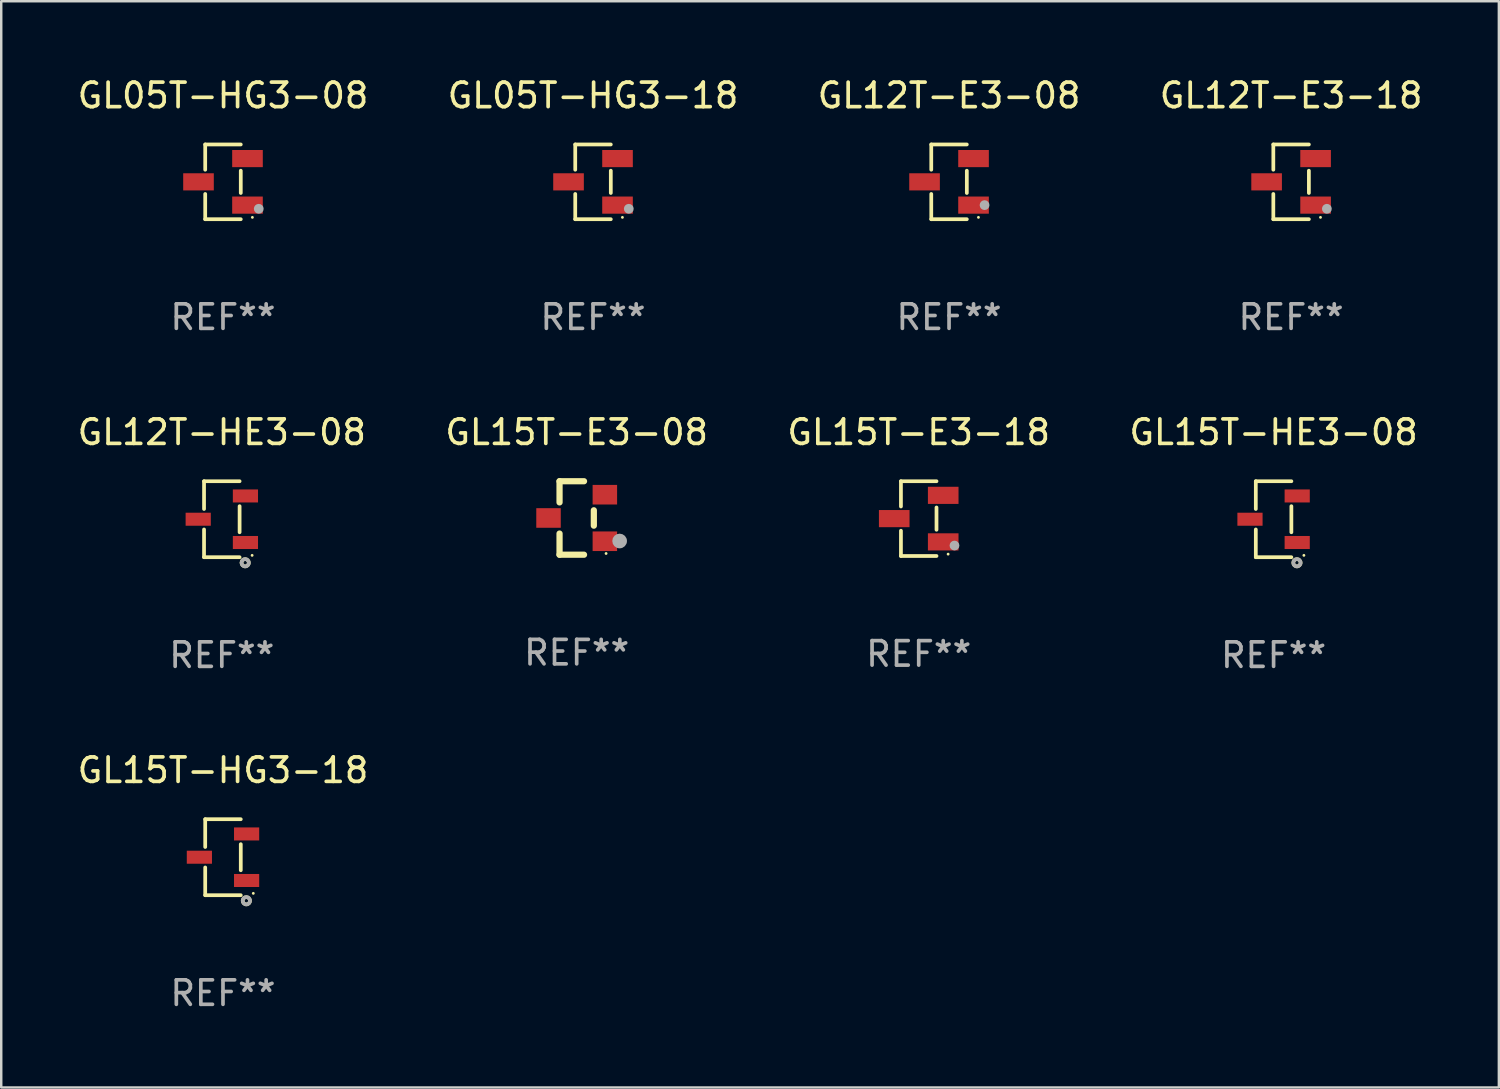
<source format=kicad_pcb>
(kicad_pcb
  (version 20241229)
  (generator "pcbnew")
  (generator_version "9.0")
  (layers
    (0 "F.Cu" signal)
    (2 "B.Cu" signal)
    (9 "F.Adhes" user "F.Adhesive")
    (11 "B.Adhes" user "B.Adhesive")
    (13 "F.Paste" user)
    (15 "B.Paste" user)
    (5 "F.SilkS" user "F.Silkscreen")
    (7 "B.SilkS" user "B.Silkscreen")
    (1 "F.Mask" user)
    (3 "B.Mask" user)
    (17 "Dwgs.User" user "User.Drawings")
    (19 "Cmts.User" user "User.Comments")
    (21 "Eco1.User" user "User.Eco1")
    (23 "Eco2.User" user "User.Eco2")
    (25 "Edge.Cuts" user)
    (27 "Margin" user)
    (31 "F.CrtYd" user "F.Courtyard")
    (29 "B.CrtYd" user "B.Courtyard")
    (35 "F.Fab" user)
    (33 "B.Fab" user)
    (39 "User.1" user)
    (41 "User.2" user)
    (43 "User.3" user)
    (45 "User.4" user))
  (footprint "GL15T-HG3-18"
    (layer "F.Cu")
    (at 6.054 31.947)
    (property "Reference" "GL15T-HG3-18" (at 0 -3.551 0) (layer "F.SilkS") (effects (font (size 1 1) (thickness 0.15))))
    (attr through_hole)
    (fp_line (start -0.726 -1.551) (end -0.726 -0.418) (stroke (width 0.152) (type solid)) (layer "F.SilkS"))
    (fp_line (start -0.726 1.551) (end -0.726 0.418) (stroke (width 0.152) (type solid)) (layer "F.SilkS"))
    (fp_line (start 0.726 -1.551) (end -0.726 -1.551) (stroke (width 0.152) (type solid)) (layer "F.SilkS"))
    (fp_line (start 0.726 0.532) (end 0.726 -0.532) (stroke (width 0.152) (type solid)) (layer "F.SilkS"))
    (fp_line (start 0.726 1.551) (end -0.726 1.551) (stroke (width 0.152) (type solid)) (layer "F.SilkS"))
    (fp_circle (center 0.953 1.777) (end 1.027 1.777) (stroke (width 0.15) (type solid)) (fill no) (layer "F.SilkS"))
    (fp_circle (center 1.237 1.475) (end 1.267 1.475) (stroke (width 0.06) (type solid)) (fill no) (layer "F.SilkS"))
    (fp_circle (center 0.953 1.777) (end 1.027 1.777) (stroke (width 0.15) (type solid)) (fill no) (layer "F.Fab"))
    (fp_text user "REF**" (at 0 5.551 0) (layer "F.Fab") (effects (font (size 1 1) (thickness 0.15))))
    (pad "1" smd rect (at 0.964 0.95 90) (size 0.532 1.028) (layers "F.Cu" "F.Mask" "F.Paste"))
    (pad "2" smd rect (at 0.964 -0.95 90) (size 0.532 1.028) (layers "F.Cu" "F.Mask" "F.Paste"))
    (pad "3" smd rect (at -0.964 -0.000025 90) (size 0.532 1.028) (layers "F.Cu" "F.Mask" "F.Paste")))
  (footprint "GL12T-E3-18"
    (layer "F.Cu")
    (at 49.661 4.374)
    (property "Reference" "GL12T-E3-18" (at 0 -3.526 0) (layer "F.SilkS") (effects (font (size 1 1) (thickness 0.15))))
    (attr through_hole)
    (fp_line (start -0.726 -1.526) (end -0.726 -0.495) (stroke (width 0.152) (type solid)) (layer "F.SilkS"))
    (fp_line (start -0.726 1.526) (end -0.726 0.495) (stroke (width 0.152) (type solid)) (layer "F.SilkS"))
    (fp_line (start 0.726 -1.526) (end -0.726 -1.526) (stroke (width 0.152) (type solid)) (layer "F.SilkS"))
    (fp_line (start 0.726 -0.455) (end 0.726 0.455) (stroke (width 0.152) (type solid)) (layer "F.SilkS"))
    (fp_line (start 0.726 1.526) (end -0.726 1.526) (stroke (width 0.152) (type solid)) (layer "F.SilkS"))
    (fp_circle (center 1.2 1.45) (end 1.23 1.45) (stroke (width 0.06) (type solid)) (fill no) (layer "F.SilkS"))
    (fp_circle (center 1.46 1.1) (end 1.56 1.1) (stroke (width 0.2) (type solid)) (fill no) (layer "F.Fab"))
    (fp_text user "REF**" (at 0 5.526 0) (layer "F.Fab") (effects (font (size 1 1) (thickness 0.15))))
    (pad "1" smd rect (at 1 0.95) (size 1.25 0.7) (layers "F.Cu" "F.Mask" "F.Paste"))
    (pad "2" smd rect (at 1 -0.95) (size 1.25 0.7) (layers "F.Cu" "F.Mask" "F.Paste"))
    (pad "3" smd rect (at -1 0) (size 1.25 0.7) (layers "F.Cu" "F.Mask" "F.Paste")))
  (footprint "GL15T-E3-18"
    (layer "F.Cu")
    (at 34.458 18.123)
    (property "Reference" "GL15T-E3-18" (at 0 -3.526 0) (layer "F.SilkS") (effects (font (size 1 1) (thickness 0.15))))
    (attr through_hole)
    (fp_line (start -0.726 -1.526) (end -0.726 -0.495) (stroke (width 0.152) (type solid)) (layer "F.SilkS"))
    (fp_line (start -0.726 1.526) (end -0.726 0.495) (stroke (width 0.152) (type solid)) (layer "F.SilkS"))
    (fp_line (start 0.726 -1.526) (end -0.726 -1.526) (stroke (width 0.152) (type solid)) (layer "F.SilkS"))
    (fp_line (start 0.726 -0.455) (end 0.726 0.455) (stroke (width 0.152) (type solid)) (layer "F.SilkS"))
    (fp_line (start 0.726 1.526) (end -0.726 1.526) (stroke (width 0.152) (type solid)) (layer "F.SilkS"))
    (fp_circle (center 1.2 1.45) (end 1.23 1.45) (stroke (width 0.06) (type solid)) (fill no) (layer "F.SilkS"))
    (fp_circle (center 1.46 1.1) (end 1.56 1.1) (stroke (width 0.2) (type solid)) (fill no) (layer "F.Fab"))
    (fp_text user "REF**" (at 0 5.526 0) (layer "F.Fab") (effects (font (size 1 1) (thickness 0.15))))
    (pad "1" smd rect (at 1 0.95) (size 1.25 0.7) (layers "F.Cu" "F.Mask" "F.Paste"))
    (pad "2" smd rect (at 1 -0.95) (size 1.25 0.7) (layers "F.Cu" "F.Mask" "F.Paste"))
    (pad "3" smd rect (at -1 0) (size 1.25 0.7) (layers "F.Cu" "F.Mask" "F.Paste")))
  (footprint "GL05T-HG3-18"
    (layer "F.Cu")
    (at 21.161 4.374)
    (property "Reference" "GL05T-HG3-18" (at 0 -3.526 0) (layer "F.SilkS") (effects (font (size 1 1) (thickness 0.15))))
    (attr through_hole)
    (fp_line (start -0.726 -1.526) (end -0.726 -0.495) (stroke (width 0.152) (type solid)) (layer "F.SilkS"))
    (fp_line (start -0.726 1.526) (end -0.726 0.495) (stroke (width 0.152) (type solid)) (layer "F.SilkS"))
    (fp_line (start 0.726 -1.526) (end -0.726 -1.526) (stroke (width 0.152) (type solid)) (layer "F.SilkS"))
    (fp_line (start 0.726 -0.455) (end 0.726 0.455) (stroke (width 0.152) (type solid)) (layer "F.SilkS"))
    (fp_line (start 0.726 1.526) (end -0.726 1.526) (stroke (width 0.152) (type solid)) (layer "F.SilkS"))
    (fp_circle (center 1.2 1.45) (end 1.23 1.45) (stroke (width 0.06) (type solid)) (fill no) (layer "F.SilkS"))
    (fp_circle (center 1.46 1.1) (end 1.56 1.1) (stroke (width 0.2) (type solid)) (fill no) (layer "F.Fab"))
    (fp_text user "REF**" (at 0 5.526 0) (layer "F.Fab") (effects (font (size 1 1) (thickness 0.15))))
    (pad "1" smd rect (at 1 0.95) (size 1.25 0.7) (layers "F.Cu" "F.Mask" "F.Paste"))
    (pad "2" smd rect (at 1 -0.95) (size 1.25 0.7) (layers "F.Cu" "F.Mask" "F.Paste"))
    (pad "3" smd rect (at -1 0) (size 1.25 0.7) (layers "F.Cu" "F.Mask" "F.Paste")))
  (footprint "GL05T-HG3-08"
    (layer "F.Cu")
    (at 6.054 4.374)
    (property "Reference" "GL05T-HG3-08" (at 0 -3.526 0) (layer "F.SilkS") (effects (font (size 1 1) (thickness 0.15))))
    (attr through_hole)
    (fp_line (start -0.726 -1.526) (end -0.726 -0.495) (stroke (width 0.152) (type solid)) (layer "F.SilkS"))
    (fp_line (start -0.726 1.526) (end -0.726 0.495) (stroke (width 0.152) (type solid)) (layer "F.SilkS"))
    (fp_line (start 0.726 -1.526) (end -0.726 -1.526) (stroke (width 0.152) (type solid)) (layer "F.SilkS"))
    (fp_line (start 0.726 -0.455) (end 0.726 0.455) (stroke (width 0.152) (type solid)) (layer "F.SilkS"))
    (fp_line (start 0.726 1.526) (end -0.726 1.526) (stroke (width 0.152) (type solid)) (layer "F.SilkS"))
    (fp_circle (center 1.2 1.45) (end 1.23 1.45) (stroke (width 0.06) (type solid)) (fill no) (layer "F.SilkS"))
    (fp_circle (center 1.46 1.1) (end 1.56 1.1) (stroke (width 0.2) (type solid)) (fill no) (layer "F.Fab"))
    (fp_text user "REF**" (at 0 5.526 0) (layer "F.Fab") (effects (font (size 1 1) (thickness 0.15))))
    (pad "1" smd rect (at 1 0.95) (size 1.25 0.7) (layers "F.Cu" "F.Mask" "F.Paste"))
    (pad "2" smd rect (at 1 -0.95) (size 1.25 0.7) (layers "F.Cu" "F.Mask" "F.Paste"))
    (pad "3" smd rect (at -1 0) (size 1.25 0.7) (layers "F.Cu" "F.Mask" "F.Paste")))
  (footprint "GL15T-E3-08"
    (layer "F.Cu")
    (at 20.494 18.097)
    (property "Reference" "GL15T-E3-08" (at 0 -3.5 0) (layer "F.SilkS") (effects (font (size 1 1) (thickness 0.15))))
    (attr through_hole)
    (fp_line (start -0.7 -1.5) (end 0.3 -1.5) (stroke (width 0.254) (type solid)) (layer "F.SilkS"))
    (fp_line (start -0.7 -0.636) (end -0.7 -1.5) (stroke (width 0.254) (type solid)) (layer "F.SilkS"))
    (fp_line (start -0.7 1.5) (end -0.7 0.636) (stroke (width 0.254) (type solid)) (layer "F.SilkS"))
    (fp_line (start -0.7 1.5) (end 0.3 1.5) (stroke (width 0.254) (type solid)) (layer "F.SilkS"))
    (fp_line (start 0.7 0.314) (end 0.7 -0.314) (stroke (width 0.254) (type solid)) (layer "F.SilkS"))
    (fp_circle (center 1.2 1.45) (end 1.23 1.45) (stroke (width 0.06) (type solid)) (fill no) (layer "F.SilkS"))
    (fp_circle (center 1.753 0.94) (end 1.903 0.94) (stroke (width 0.3) (type solid)) (fill no) (layer "F.Fab"))
    (fp_text user "REF**" (at 0 5.5 0) (layer "F.Fab") (effects (font (size 1 1) (thickness 0.15))))
    (pad "1" smd rect (at 1.15 0.95 180) (size 1 0.8) (layers "F.Cu" "F.Mask" "F.Paste"))
    (pad "2" smd rect (at 1.15 -0.95 180) (size 1 0.8) (layers "F.Cu" "F.Mask" "F.Paste"))
    (pad "3" smd rect (at -1.15 -0.000051 180) (size 1 0.8) (layers "F.Cu" "F.Mask" "F.Paste")))
  (footprint "GL12T-E3-08"
    (layer "F.Cu")
    (at 35.696 4.374)
    (property "Reference" "GL12T-E3-08" (at 0 -3.526 0) (layer "F.SilkS") (effects (font (size 1 1) (thickness 0.15))))
    (attr through_hole)
    (fp_line (start -0.726 -1.526) (end -0.726 -0.495) (stroke (width 0.152) (type solid)) (layer "F.SilkS"))
    (fp_line (start -0.726 1.526) (end -0.726 0.495) (stroke (width 0.152) (type solid)) (layer "F.SilkS"))
    (fp_line (start 0.726 -1.526) (end -0.726 -1.526) (stroke (width 0.152) (type solid)) (layer "F.SilkS"))
    (fp_line (start 0.726 -0.455) (end 0.726 0.455) (stroke (width 0.152) (type solid)) (layer "F.SilkS"))
    (fp_line (start 0.726 1.526) (end -0.726 1.526) (stroke (width 0.152) (type solid)) (layer "F.SilkS"))
    (fp_circle (center 1.2 1.45) (end 1.23 1.45) (stroke (width 0.06) (type solid)) (fill no) (layer "F.SilkS"))
    (fp_circle (center 1.45 0.95) (end 1.55 0.95) (stroke (width 0.2) (type solid)) (fill no) (layer "F.Fab"))
    (fp_text user "REF**" (at 0 5.526 0) (layer "F.Fab") (effects (font (size 1 1) (thickness 0.15))))
    (pad "1" smd rect (at 1 0.95) (size 1.25 0.7) (layers "F.Cu" "F.Mask" "F.Paste"))
    (pad "2" smd rect (at 1 -0.95) (size 1.25 0.7) (layers "F.Cu" "F.Mask" "F.Paste"))
    (pad "3" smd rect (at -1 0) (size 1.25 0.7) (layers "F.Cu" "F.Mask" "F.Paste")))
  (footprint "GL15T-HE3-08"
    (layer "F.Cu")
    (at 48.946 18.148)
    (property "Reference" "GL15T-HE3-08" (at 0 -3.551 0) (layer "F.SilkS") (effects (font (size 1 1) (thickness 0.15))))
    (attr through_hole)
    (fp_line (start -0.726 -1.551) (end -0.726 -0.418) (stroke (width 0.152) (type solid)) (layer "F.SilkS"))
    (fp_line (start -0.726 1.551) (end -0.726 0.418) (stroke (width 0.152) (type solid)) (layer "F.SilkS"))
    (fp_line (start 0.726 -1.551) (end -0.726 -1.551) (stroke (width 0.152) (type solid)) (layer "F.SilkS"))
    (fp_line (start 0.726 0.532) (end 0.726 -0.532) (stroke (width 0.152) (type solid)) (layer "F.SilkS"))
    (fp_line (start 0.726 1.551) (end -0.726 1.551) (stroke (width 0.152) (type solid)) (layer "F.SilkS"))
    (fp_circle (center 0.953 1.777) (end 1.027 1.777) (stroke (width 0.15) (type solid)) (fill no) (layer "F.SilkS"))
    (fp_circle (center 1.237 1.475) (end 1.267 1.475) (stroke (width 0.06) (type solid)) (fill no) (layer "F.SilkS"))
    (fp_circle (center 0.953 1.777) (end 1.027 1.777) (stroke (width 0.15) (type solid)) (fill no) (layer "F.Fab"))
    (fp_text user "REF**" (at 0 5.551 0) (layer "F.Fab") (effects (font (size 1 1) (thickness 0.15))))
    (pad "1" smd rect (at 0.964 0.95 90) (size 0.532 1.028) (layers "F.Cu" "F.Mask" "F.Paste"))
    (pad "2" smd rect (at 0.964 -0.95 90) (size 0.532 1.028) (layers "F.Cu" "F.Mask" "F.Paste"))
    (pad "3" smd rect (at -0.964 -0.000025 90) (size 0.532 1.028) (layers "F.Cu" "F.Mask" "F.Paste")))
  (footprint "GL12T-HE3-08"
    (layer "F.Cu")
    (at 6.006 18.148)
    (property "Reference" "GL12T-HE3-08" (at 0 -3.551 0) (layer "F.SilkS") (effects (font (size 1 1) (thickness 0.15))))
    (attr through_hole)
    (fp_line (start -0.726 -1.551) (end -0.726 -0.418) (stroke (width 0.152) (type solid)) (layer "F.SilkS"))
    (fp_line (start -0.726 1.551) (end -0.726 0.418) (stroke (width 0.152) (type solid)) (layer "F.SilkS"))
    (fp_line (start 0.726 -1.551) (end -0.726 -1.551) (stroke (width 0.152) (type solid)) (layer "F.SilkS"))
    (fp_line (start 0.726 0.532) (end 0.726 -0.532) (stroke (width 0.152) (type solid)) (layer "F.SilkS"))
    (fp_line (start 0.726 1.551) (end -0.726 1.551) (stroke (width 0.152) (type solid)) (layer "F.SilkS"))
    (fp_circle (center 0.953 1.777) (end 1.027 1.777) (stroke (width 0.15) (type solid)) (fill no) (layer "F.SilkS"))
    (fp_circle (center 1.237 1.475) (end 1.267 1.475) (stroke (width 0.06) (type solid)) (fill no) (layer "F.SilkS"))
    (fp_circle (center 0.953 1.777) (end 1.027 1.777) (stroke (width 0.15) (type solid)) (fill no) (layer "F.Fab"))
    (fp_text user "REF**" (at 0 5.551 0) (layer "F.Fab") (effects (font (size 1 1) (thickness 0.15))))
    (pad "1" smd rect (at 0.964 0.95 90) (size 0.532 1.028) (layers "F.Cu" "F.Mask" "F.Paste"))
    (pad "2" smd rect (at 0.964 -0.95 90) (size 0.532 1.028) (layers "F.Cu" "F.Mask" "F.Paste"))
    (pad "3" smd rect (at -0.964 -0.000025 90) (size 0.532 1.028) (layers "F.Cu" "F.Mask" "F.Paste")))
  (gr_rect
    (start -3 -3)
    (end 58.143 41.347)
    (stroke (width 0.1) (type default))
    (fill no)
    (layer "Edge.Cuts")))
</source>
